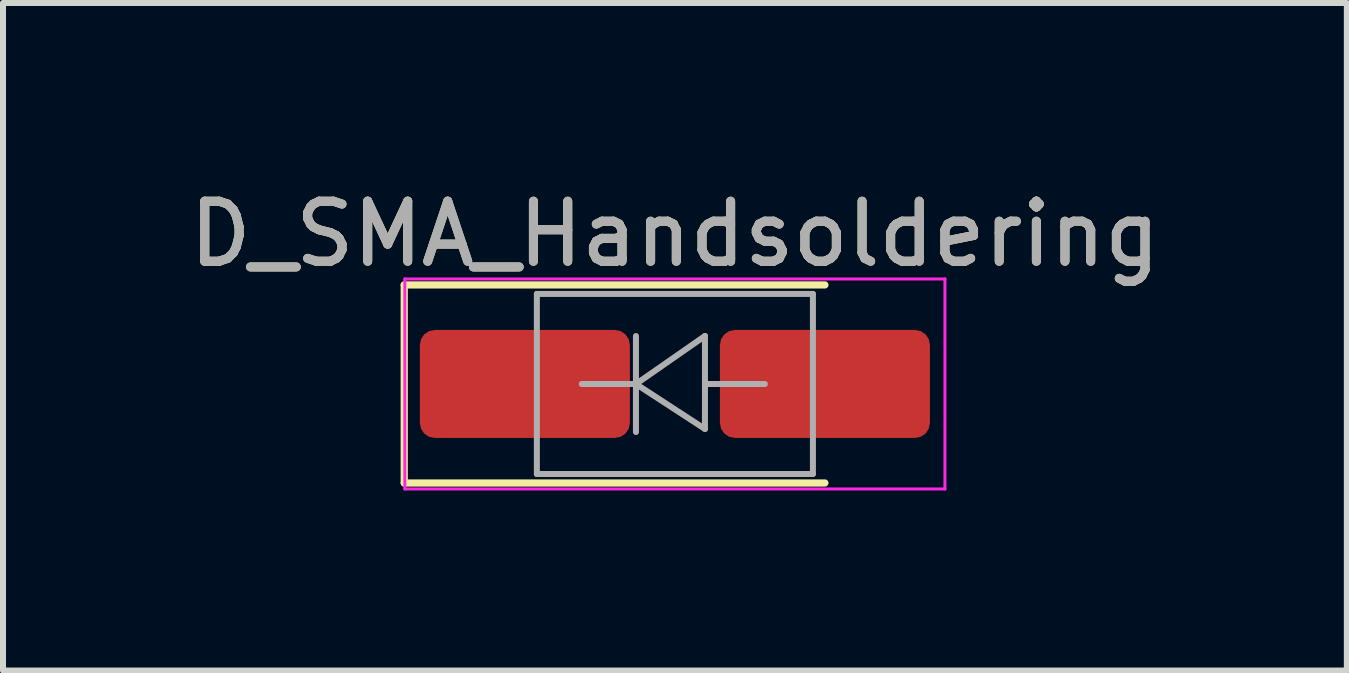
<source format=kicad_pcb>
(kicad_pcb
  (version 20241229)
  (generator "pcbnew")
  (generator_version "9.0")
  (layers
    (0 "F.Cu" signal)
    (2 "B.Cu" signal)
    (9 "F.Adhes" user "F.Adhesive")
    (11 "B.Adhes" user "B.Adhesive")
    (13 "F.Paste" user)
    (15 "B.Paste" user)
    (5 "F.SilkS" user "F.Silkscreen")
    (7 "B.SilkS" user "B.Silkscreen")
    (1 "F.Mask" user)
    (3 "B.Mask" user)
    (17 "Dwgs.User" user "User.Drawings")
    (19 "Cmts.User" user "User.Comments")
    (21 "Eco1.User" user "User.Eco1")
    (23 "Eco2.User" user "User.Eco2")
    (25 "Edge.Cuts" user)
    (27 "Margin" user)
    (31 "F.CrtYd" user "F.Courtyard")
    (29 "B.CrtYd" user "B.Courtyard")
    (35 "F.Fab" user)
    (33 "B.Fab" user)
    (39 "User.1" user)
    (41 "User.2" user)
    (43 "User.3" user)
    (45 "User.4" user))
  (footprint "D_SMA_Handsoldering"
    (layer "F.Cu")
    (at 8.196 3.348)
    (property "Reference" "D_SMA_Handsoldering" (at 0 -2.5 0) (layer "F.SilkS") (effects (font (size 1 1) (thickness 0.15))))
    (attr smd)
    (fp_line (start -4.51 -1.65) (end -4.51 1.65) (stroke (width 0.12) (type solid)) (layer "F.SilkS"))
    (fp_line (start -4.51 -1.65) (end 2.5 -1.65) (stroke (width 0.12) (type solid)) (layer "F.SilkS"))
    (fp_line (start -4.51 1.65) (end 2.5 1.65) (stroke (width 0.12) (type solid)) (layer "F.SilkS"))
    (fp_line (start -4.5 -1.75) (end 4.5 -1.75) (stroke (width 0.05) (type solid)) (layer "F.CrtYd"))
    (fp_line (start -4.5 1.75) (end -4.5 -1.75) (stroke (width 0.05) (type solid)) (layer "F.CrtYd"))
    (fp_line (start 4.5 -1.75) (end 4.5 1.75) (stroke (width 0.05) (type solid)) (layer "F.CrtYd"))
    (fp_line (start 4.5 1.75) (end -4.5 1.75) (stroke (width 0.05) (type solid)) (layer "F.CrtYd"))
    (fp_line (start -2.3 1.5) (end -2.3 -1.5) (stroke (width 0.1) (type solid)) (layer "F.Fab"))
    (fp_line (start -0.649 -0.799) (end -0.649 0.801) (stroke (width 0.1) (type solid)) (layer "F.Fab"))
    (fp_line (start -0.649 0.001) (end -1.551 0.001) (stroke (width 0.1) (type solid)) (layer "F.Fab"))
    (fp_line (start -0.649 0.001) (end 0.501 -0.799) (stroke (width 0.1) (type solid)) (layer "F.Fab"))
    (fp_line (start -0.649 0.001) (end 0.501 0.75) (stroke (width 0.1) (type solid)) (layer "F.Fab"))
    (fp_line (start 0.501 0.001) (end 1.499 0.001) (stroke (width 0.1) (type solid)) (layer "F.Fab"))
    (fp_line (start 0.501 0.75) (end 0.501 -0.799) (stroke (width 0.1) (type solid)) (layer "F.Fab"))
    (fp_line (start 2.3 -1.5) (end -2.3 -1.5) (stroke (width 0.1) (type solid)) (layer "F.Fab"))
    (fp_line (start 2.3 -1.5) (end 2.3 1.5) (stroke (width 0.1) (type solid)) (layer "F.Fab"))
    (fp_line (start 2.3 1.5) (end -2.3 1.5) (stroke (width 0.1) (type solid)) (layer "F.Fab"))
    (fp_text user "${REFERENCE}" (at 0 -2.5 0) (layer "F.Fab") (effects (font (size 1 1) (thickness 0.15))))
    (pad "1" smd roundrect (at -2.5 0) (size 3.5 1.8) (layers "F.Cu" "F.Mask" "F.Paste") (roundrect_rratio 0.139))
    (pad "2" smd roundrect (at 2.5 0) (size 3.5 1.8) (layers "F.Cu" "F.Mask" "F.Paste") (roundrect_rratio 0.139)))
  (gr_rect
    (start -3 -3)
    (end 19.393 8.123)
    (stroke (width 0.1) (type default))
    (fill no)
    (layer "Edge.Cuts")))
</source>
